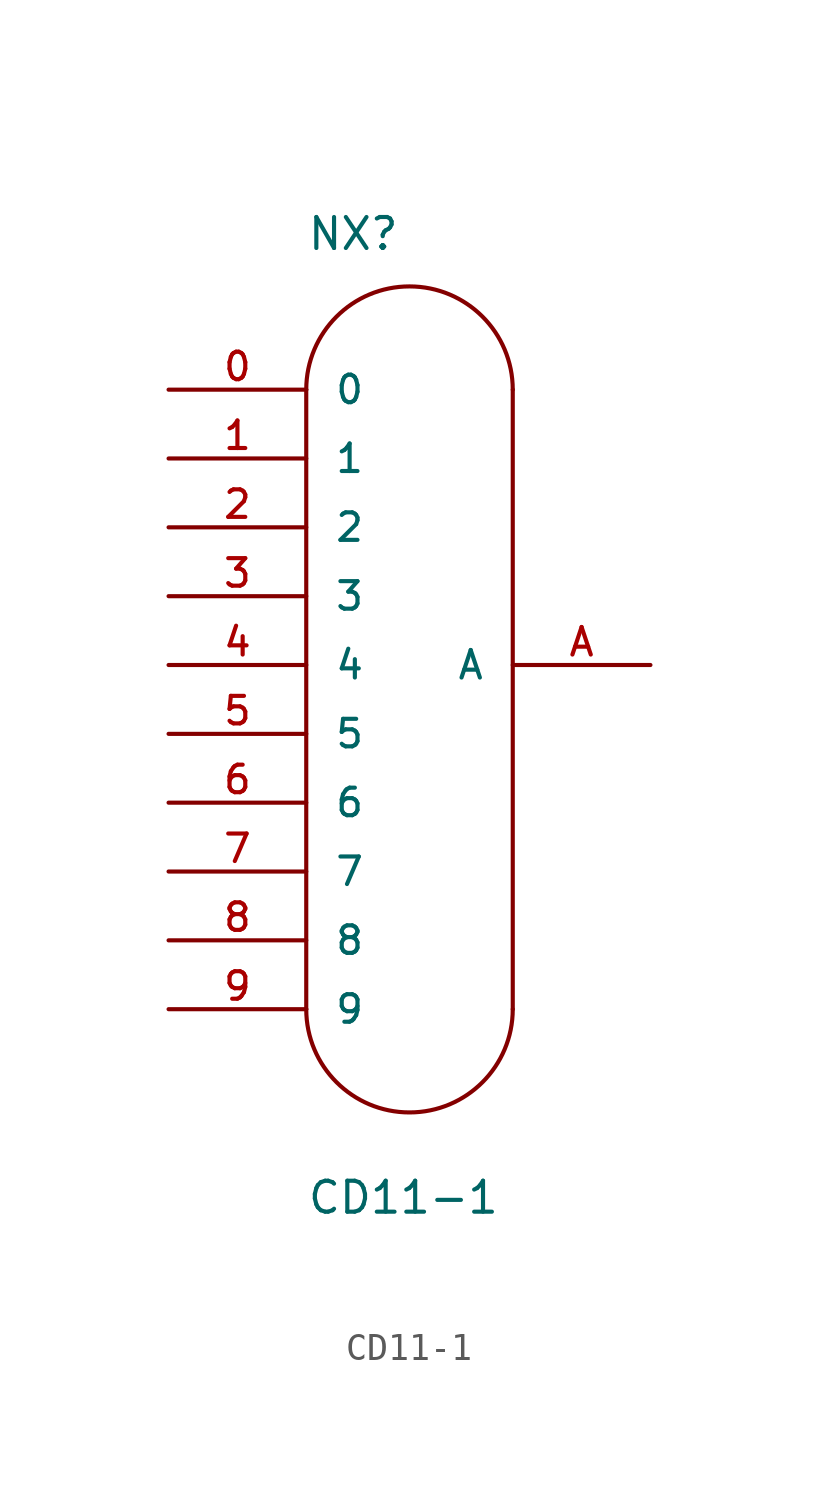
<source format=kicad_sym>
(kicad_symbol_lib
  (version 20211014)
  (generator kicad_symbol_editor)
  (symbol "CD11-1"
    (pin_names
      (offset 1.016))
    (property "Reference" "NX"
      (at -22.86 12.7 0)
      (effects (font (size 1.143 1.143)) (justify left bottom)))
    (property "Value" "CD11-1"
      (at -22.86 -22.86 0)
      (effects (font (size 1.143 1.143)) (justify left bottom)))
    (property "ki_locked" ""
      (at 0 0 0)
      (effects (font (size 1.27 1.27))))
    (symbol "CD11-1_1_0"
      (polyline (pts (xy -22.86 7.62) (xy -22.86 -15.24)) (stroke (width 0) (type default) (color 0 0 0 0)) (fill (type none)))
      (polyline (pts (xy -15.24 7.62) (xy -15.24 -15.24)) (stroke (width 0) (type default) (color 0 0 0 0)) (fill (type none))))
    (symbol "CD11-1_1_1"
      (arc (start -22.86 -15.24) (mid -19.05 -19.05) (end -15.24 -15.24) (stroke (width 0) (type default) (color 0 0 0 0)) (fill (type none)))
      (arc (start -15.24 7.62) (mid -19.05 11.43) (end -22.86 7.62) (stroke (width 0) (type default) (color 0 0 0 0)) (fill (type none)))
      (pin passive line (at -27.94 7.62 0) (length 5.08) (name "0" (effects (font (size 1.016 1.016)))) (number "0" (effects (font (size 1.016 1.016)))))
      (pin passive line (at -27.94 5.08 0) (length 5.08) (name "1" (effects (font (size 1.016 1.016)))) (number "1" (effects (font (size 1.016 1.016)))))
      (pin passive line (at -27.94 2.54 0) (length 5.08) (name "2" (effects (font (size 1.016 1.016)))) (number "2" (effects (font (size 1.016 1.016)))))
      (pin passive line (at -27.94 0 0) (length 5.08) (name "3" (effects (font (size 1.016 1.016)))) (number "3" (effects (font (size 1.016 1.016)))))
      (pin passive line (at -27.94 -2.54 0) (length 5.08) (name "4" (effects (font (size 1.016 1.016)))) (number "4" (effects (font (size 1.016 1.016)))))
      (pin passive line (at -27.94 -5.08 0) (length 5.08) (name "5" (effects (font (size 1.016 1.016)))) (number "5" (effects (font (size 1.016 1.016)))))
      (pin passive line (at -27.94 -7.62 0) (length 5.08) (name "6" (effects (font (size 1.016 1.016)))) (number "6" (effects (font (size 1.016 1.016)))))
      (pin passive line (at -27.94 -10.16 0) (length 5.08) (name "7" (effects (font (size 1.016 1.016)))) (number "7" (effects (font (size 1.016 1.016)))))
      (pin passive line (at -27.94 -12.7 0) (length 5.08) (name "8" (effects (font (size 1.016 1.016)))) (number "8" (effects (font (size 1.016 1.016)))))
      (pin passive line (at -27.94 -15.24 0) (length 5.08) (name "9" (effects (font (size 1.016 1.016)))) (number "9" (effects (font (size 1.016 1.016)))))
      (pin passive line (at -10.16 -2.54 180) (length 5.08) (name "A" (effects (font (size 1.016 1.016)))) (number "A" (effects (font (size 1.016 1.016))))))))
</source>
